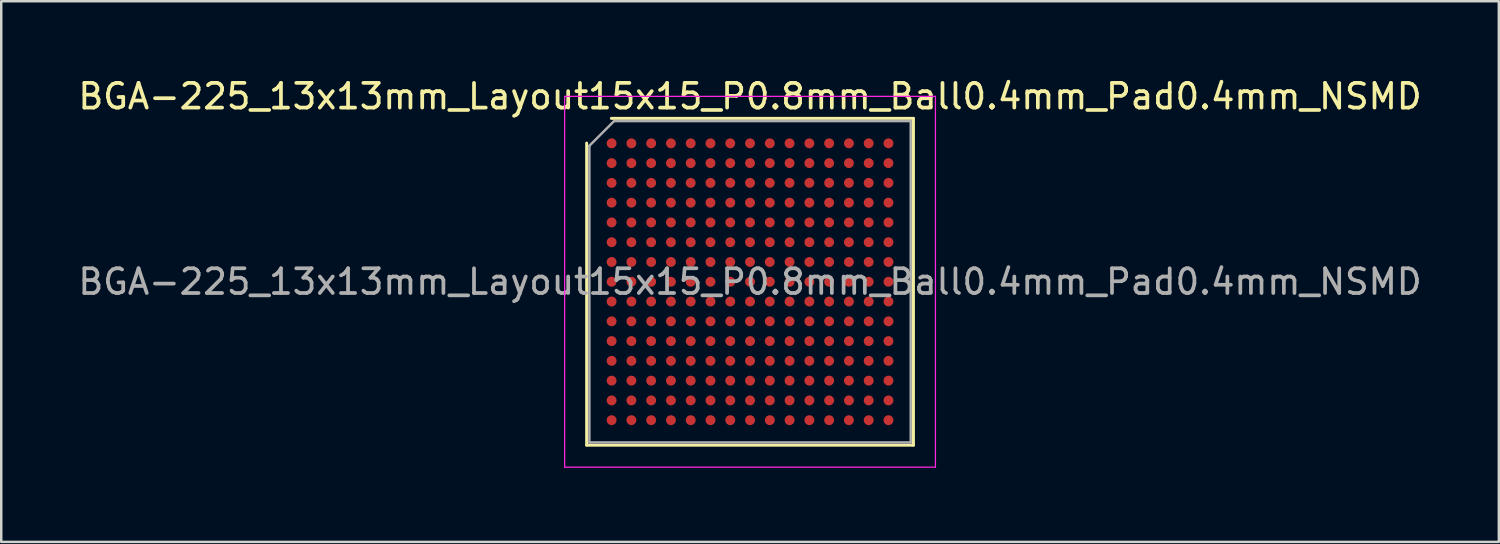
<source format=kicad_pcb>
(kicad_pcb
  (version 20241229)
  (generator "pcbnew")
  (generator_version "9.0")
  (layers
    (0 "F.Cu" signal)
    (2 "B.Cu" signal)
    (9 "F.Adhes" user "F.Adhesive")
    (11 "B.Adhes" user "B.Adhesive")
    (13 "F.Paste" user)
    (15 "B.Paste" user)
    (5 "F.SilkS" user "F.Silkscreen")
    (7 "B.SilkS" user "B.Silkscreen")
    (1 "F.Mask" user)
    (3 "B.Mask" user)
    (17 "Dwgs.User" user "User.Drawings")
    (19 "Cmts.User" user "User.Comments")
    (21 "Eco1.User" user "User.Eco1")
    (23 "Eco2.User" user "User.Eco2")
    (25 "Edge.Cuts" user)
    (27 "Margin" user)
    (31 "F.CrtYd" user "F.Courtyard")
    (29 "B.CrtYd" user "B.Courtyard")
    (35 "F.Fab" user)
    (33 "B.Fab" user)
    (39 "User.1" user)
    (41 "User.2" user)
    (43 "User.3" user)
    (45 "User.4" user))
  (footprint "BGA-225_13x13mm_Layout15x15_P0.8mm_Ball0.4mm_Pad0.4mm_NSMD"
    (layer "F.Cu")
    (at 27.292 8.348)
    (property "Reference" "BGA-225_13x13mm_Layout15x15_P0.8mm_Ball0.4mm_Pad0.4mm_NSMD" (at 0 -7.5 0) (layer "F.SilkS") (effects (font (size 1 1) (thickness 0.15))))
    (attr smd)
    (fp_line (start -6.61 6.61) (end -6.61 -5.61) (stroke (width 0.12) (type solid)) (layer "F.SilkS"))
    (fp_line (start -5.61 -6.61) (end 6.61 -6.61) (stroke (width 0.12) (type solid)) (layer "F.SilkS"))
    (fp_line (start 6.61 -6.61) (end 6.61 6.61) (stroke (width 0.12) (type solid)) (layer "F.SilkS"))
    (fp_line (start 6.61 6.61) (end -6.61 6.61) (stroke (width 0.12) (type solid)) (layer "F.SilkS"))
    (fp_line (start -7.5 -7.5) (end -7.5 7.5) (stroke (width 0.05) (type solid)) (layer "F.CrtYd"))
    (fp_line (start -7.5 7.5) (end 7.5 7.5) (stroke (width 0.05) (type solid)) (layer "F.CrtYd"))
    (fp_line (start 7.5 -7.5) (end -7.5 -7.5) (stroke (width 0.05) (type solid)) (layer "F.CrtYd"))
    (fp_line (start 7.5 7.5) (end 7.5 -7.5) (stroke (width 0.05) (type solid)) (layer "F.CrtYd"))
    (fp_line (start -6.5 -5.5) (end -5.5 -6.5) (stroke (width 0.1) (type solid)) (layer "F.Fab"))
    (fp_line (start -6.5 6.5) (end -6.5 -5.5) (stroke (width 0.1) (type solid)) (layer "F.Fab"))
    (fp_line (start -5.5 -6.5) (end 6.5 -6.5) (stroke (width 0.1) (type solid)) (layer "F.Fab"))
    (fp_line (start 6.5 -6.5) (end 6.5 6.5) (stroke (width 0.1) (type solid)) (layer "F.Fab"))
    (fp_line (start 6.5 6.5) (end -6.5 6.5) (stroke (width 0.1) (type solid)) (layer "F.Fab"))
    (fp_text user "${REFERENCE}" (at 0 0 0) (layer "F.Fab") (effects (font (size 1 1) (thickness 0.15))))
    (pad "A1" smd circle (at -5.6 -5.6) (size 0.4 0.4) (layers "F.Cu" "F.Mask" "F.Paste"))
    (pad "A2" smd circle (at -4.8 -5.6) (size 0.4 0.4) (layers "F.Cu" "F.Mask" "F.Paste"))
    (pad "A3" smd circle (at -4 -5.6) (size 0.4 0.4) (layers "F.Cu" "F.Mask" "F.Paste"))
    (pad "A4" smd circle (at -3.2 -5.6) (size 0.4 0.4) (layers "F.Cu" "F.Mask" "F.Paste"))
    (pad "A5" smd circle (at -2.4 -5.6) (size 0.4 0.4) (layers "F.Cu" "F.Mask" "F.Paste"))
    (pad "A6" smd circle (at -1.6 -5.6) (size 0.4 0.4) (layers "F.Cu" "F.Mask" "F.Paste"))
    (pad "A7" smd circle (at -0.8 -5.6) (size 0.4 0.4) (layers "F.Cu" "F.Mask" "F.Paste"))
    (pad "A8" smd circle (at 0 -5.6) (size 0.4 0.4) (layers "F.Cu" "F.Mask" "F.Paste"))
    (pad "A9" smd circle (at 0.8 -5.6) (size 0.4 0.4) (layers "F.Cu" "F.Mask" "F.Paste"))
    (pad "A10" smd circle (at 1.6 -5.6) (size 0.4 0.4) (layers "F.Cu" "F.Mask" "F.Paste"))
    (pad "A11" smd circle (at 2.4 -5.6) (size 0.4 0.4) (layers "F.Cu" "F.Mask" "F.Paste"))
    (pad "A12" smd circle (at 3.2 -5.6) (size 0.4 0.4) (layers "F.Cu" "F.Mask" "F.Paste"))
    (pad "A13" smd circle (at 4 -5.6) (size 0.4 0.4) (layers "F.Cu" "F.Mask" "F.Paste"))
    (pad "A14" smd circle (at 4.8 -5.6) (size 0.4 0.4) (layers "F.Cu" "F.Mask" "F.Paste"))
    (pad "A15" smd circle (at 5.6 -5.6) (size 0.4 0.4) (layers "F.Cu" "F.Mask" "F.Paste"))
    (pad "B1" smd circle (at -5.6 -4.8) (size 0.4 0.4) (layers "F.Cu" "F.Mask" "F.Paste"))
    (pad "B2" smd circle (at -4.8 -4.8) (size 0.4 0.4) (layers "F.Cu" "F.Mask" "F.Paste"))
    (pad "B3" smd circle (at -4 -4.8) (size 0.4 0.4) (layers "F.Cu" "F.Mask" "F.Paste"))
    (pad "B4" smd circle (at -3.2 -4.8) (size 0.4 0.4) (layers "F.Cu" "F.Mask" "F.Paste"))
    (pad "B5" smd circle (at -2.4 -4.8) (size 0.4 0.4) (layers "F.Cu" "F.Mask" "F.Paste"))
    (pad "B6" smd circle (at -1.6 -4.8) (size 0.4 0.4) (layers "F.Cu" "F.Mask" "F.Paste"))
    (pad "B7" smd circle (at -0.8 -4.8) (size 0.4 0.4) (layers "F.Cu" "F.Mask" "F.Paste"))
    (pad "B8" smd circle (at 0 -4.8) (size 0.4 0.4) (layers "F.Cu" "F.Mask" "F.Paste"))
    (pad "B9" smd circle (at 0.8 -4.8) (size 0.4 0.4) (layers "F.Cu" "F.Mask" "F.Paste"))
    (pad "B10" smd circle (at 1.6 -4.8) (size 0.4 0.4) (layers "F.Cu" "F.Mask" "F.Paste"))
    (pad "B11" smd circle (at 2.4 -4.8) (size 0.4 0.4) (layers "F.Cu" "F.Mask" "F.Paste"))
    (pad "B12" smd circle (at 3.2 -4.8) (size 0.4 0.4) (layers "F.Cu" "F.Mask" "F.Paste"))
    (pad "B13" smd circle (at 4 -4.8) (size 0.4 0.4) (layers "F.Cu" "F.Mask" "F.Paste"))
    (pad "B14" smd circle (at 4.8 -4.8) (size 0.4 0.4) (layers "F.Cu" "F.Mask" "F.Paste"))
    (pad "B15" smd circle (at 5.6 -4.8) (size 0.4 0.4) (layers "F.Cu" "F.Mask" "F.Paste"))
    (pad "C1" smd circle (at -5.6 -4) (size 0.4 0.4) (layers "F.Cu" "F.Mask" "F.Paste"))
    (pad "C2" smd circle (at -4.8 -4) (size 0.4 0.4) (layers "F.Cu" "F.Mask" "F.Paste"))
    (pad "C3" smd circle (at -4 -4) (size 0.4 0.4) (layers "F.Cu" "F.Mask" "F.Paste"))
    (pad "C4" smd circle (at -3.2 -4) (size 0.4 0.4) (layers "F.Cu" "F.Mask" "F.Paste"))
    (pad "C5" smd circle (at -2.4 -4) (size 0.4 0.4) (layers "F.Cu" "F.Mask" "F.Paste"))
    (pad "C6" smd circle (at -1.6 -4) (size 0.4 0.4) (layers "F.Cu" "F.Mask" "F.Paste"))
    (pad "C7" smd circle (at -0.8 -4) (size 0.4 0.4) (layers "F.Cu" "F.Mask" "F.Paste"))
    (pad "C8" smd circle (at 0 -4) (size 0.4 0.4) (layers "F.Cu" "F.Mask" "F.Paste"))
    (pad "C9" smd circle (at 0.8 -4) (size 0.4 0.4) (layers "F.Cu" "F.Mask" "F.Paste"))
    (pad "C10" smd circle (at 1.6 -4) (size 0.4 0.4) (layers "F.Cu" "F.Mask" "F.Paste"))
    (pad "C11" smd circle (at 2.4 -4) (size 0.4 0.4) (layers "F.Cu" "F.Mask" "F.Paste"))
    (pad "C12" smd circle (at 3.2 -4) (size 0.4 0.4) (layers "F.Cu" "F.Mask" "F.Paste"))
    (pad "C13" smd circle (at 4 -4) (size 0.4 0.4) (layers "F.Cu" "F.Mask" "F.Paste"))
    (pad "C14" smd circle (at 4.8 -4) (size 0.4 0.4) (layers "F.Cu" "F.Mask" "F.Paste"))
    (pad "C15" smd circle (at 5.6 -4) (size 0.4 0.4) (layers "F.Cu" "F.Mask" "F.Paste"))
    (pad "D1" smd circle (at -5.6 -3.2) (size 0.4 0.4) (layers "F.Cu" "F.Mask" "F.Paste"))
    (pad "D2" smd circle (at -4.8 -3.2) (size 0.4 0.4) (layers "F.Cu" "F.Mask" "F.Paste"))
    (pad "D3" smd circle (at -4 -3.2) (size 0.4 0.4) (layers "F.Cu" "F.Mask" "F.Paste"))
    (pad "D4" smd circle (at -3.2 -3.2) (size 0.4 0.4) (layers "F.Cu" "F.Mask" "F.Paste"))
    (pad "D5" smd circle (at -2.4 -3.2) (size 0.4 0.4) (layers "F.Cu" "F.Mask" "F.Paste"))
    (pad "D6" smd circle (at -1.6 -3.2) (size 0.4 0.4) (layers "F.Cu" "F.Mask" "F.Paste"))
    (pad "D7" smd circle (at -0.8 -3.2) (size 0.4 0.4) (layers "F.Cu" "F.Mask" "F.Paste"))
    (pad "D8" smd circle (at 0 -3.2) (size 0.4 0.4) (layers "F.Cu" "F.Mask" "F.Paste"))
    (pad "D9" smd circle (at 0.8 -3.2) (size 0.4 0.4) (layers "F.Cu" "F.Mask" "F.Paste"))
    (pad "D10" smd circle (at 1.6 -3.2) (size 0.4 0.4) (layers "F.Cu" "F.Mask" "F.Paste"))
    (pad "D11" smd circle (at 2.4 -3.2) (size 0.4 0.4) (layers "F.Cu" "F.Mask" "F.Paste"))
    (pad "D12" smd circle (at 3.2 -3.2) (size 0.4 0.4) (layers "F.Cu" "F.Mask" "F.Paste"))
    (pad "D13" smd circle (at 4 -3.2) (size 0.4 0.4) (layers "F.Cu" "F.Mask" "F.Paste"))
    (pad "D14" smd circle (at 4.8 -3.2) (size 0.4 0.4) (layers "F.Cu" "F.Mask" "F.Paste"))
    (pad "D15" smd circle (at 5.6 -3.2) (size 0.4 0.4) (layers "F.Cu" "F.Mask" "F.Paste"))
    (pad "E1" smd circle (at -5.6 -2.4) (size 0.4 0.4) (layers "F.Cu" "F.Mask" "F.Paste"))
    (pad "E2" smd circle (at -4.8 -2.4) (size 0.4 0.4) (layers "F.Cu" "F.Mask" "F.Paste"))
    (pad "E3" smd circle (at -4 -2.4) (size 0.4 0.4) (layers "F.Cu" "F.Mask" "F.Paste"))
    (pad "E4" smd circle (at -3.2 -2.4) (size 0.4 0.4) (layers "F.Cu" "F.Mask" "F.Paste"))
    (pad "E5" smd circle (at -2.4 -2.4) (size 0.4 0.4) (layers "F.Cu" "F.Mask" "F.Paste"))
    (pad "E6" smd circle (at -1.6 -2.4) (size 0.4 0.4) (layers "F.Cu" "F.Mask" "F.Paste"))
    (pad "E7" smd circle (at -0.8 -2.4) (size 0.4 0.4) (layers "F.Cu" "F.Mask" "F.Paste"))
    (pad "E8" smd circle (at 0 -2.4) (size 0.4 0.4) (layers "F.Cu" "F.Mask" "F.Paste"))
    (pad "E9" smd circle (at 0.8 -2.4) (size 0.4 0.4) (layers "F.Cu" "F.Mask" "F.Paste"))
    (pad "E10" smd circle (at 1.6 -2.4) (size 0.4 0.4) (layers "F.Cu" "F.Mask" "F.Paste"))
    (pad "E11" smd circle (at 2.4 -2.4) (size 0.4 0.4) (layers "F.Cu" "F.Mask" "F.Paste"))
    (pad "E12" smd circle (at 3.2 -2.4) (size 0.4 0.4) (layers "F.Cu" "F.Mask" "F.Paste"))
    (pad "E13" smd circle (at 4 -2.4) (size 0.4 0.4) (layers "F.Cu" "F.Mask" "F.Paste"))
    (pad "E14" smd circle (at 4.8 -2.4) (size 0.4 0.4) (layers "F.Cu" "F.Mask" "F.Paste"))
    (pad "E15" smd circle (at 5.6 -2.4) (size 0.4 0.4) (layers "F.Cu" "F.Mask" "F.Paste"))
    (pad "F1" smd circle (at -5.6 -1.6) (size 0.4 0.4) (layers "F.Cu" "F.Mask" "F.Paste"))
    (pad "F2" smd circle (at -4.8 -1.6) (size 0.4 0.4) (layers "F.Cu" "F.Mask" "F.Paste"))
    (pad "F3" smd circle (at -4 -1.6) (size 0.4 0.4) (layers "F.Cu" "F.Mask" "F.Paste"))
    (pad "F4" smd circle (at -3.2 -1.6) (size 0.4 0.4) (layers "F.Cu" "F.Mask" "F.Paste"))
    (pad "F5" smd circle (at -2.4 -1.6) (size 0.4 0.4) (layers "F.Cu" "F.Mask" "F.Paste"))
    (pad "F6" smd circle (at -1.6 -1.6) (size 0.4 0.4) (layers "F.Cu" "F.Mask" "F.Paste"))
    (pad "F7" smd circle (at -0.8 -1.6) (size 0.4 0.4) (layers "F.Cu" "F.Mask" "F.Paste"))
    (pad "F8" smd circle (at 0 -1.6) (size 0.4 0.4) (layers "F.Cu" "F.Mask" "F.Paste"))
    (pad "F9" smd circle (at 0.8 -1.6) (size 0.4 0.4) (layers "F.Cu" "F.Mask" "F.Paste"))
    (pad "F10" smd circle (at 1.6 -1.6) (size 0.4 0.4) (layers "F.Cu" "F.Mask" "F.Paste"))
    (pad "F11" smd circle (at 2.4 -1.6) (size 0.4 0.4) (layers "F.Cu" "F.Mask" "F.Paste"))
    (pad "F12" smd circle (at 3.2 -1.6) (size 0.4 0.4) (layers "F.Cu" "F.Mask" "F.Paste"))
    (pad "F13" smd circle (at 4 -1.6) (size 0.4 0.4) (layers "F.Cu" "F.Mask" "F.Paste"))
    (pad "F14" smd circle (at 4.8 -1.6) (size 0.4 0.4) (layers "F.Cu" "F.Mask" "F.Paste"))
    (pad "F15" smd circle (at 5.6 -1.6) (size 0.4 0.4) (layers "F.Cu" "F.Mask" "F.Paste"))
    (pad "G1" smd circle (at -5.6 -0.8) (size 0.4 0.4) (layers "F.Cu" "F.Mask" "F.Paste"))
    (pad "G2" smd circle (at -4.8 -0.8) (size 0.4 0.4) (layers "F.Cu" "F.Mask" "F.Paste"))
    (pad "G3" smd circle (at -4 -0.8) (size 0.4 0.4) (layers "F.Cu" "F.Mask" "F.Paste"))
    (pad "G4" smd circle (at -3.2 -0.8) (size 0.4 0.4) (layers "F.Cu" "F.Mask" "F.Paste"))
    (pad "G5" smd circle (at -2.4 -0.8) (size 0.4 0.4) (layers "F.Cu" "F.Mask" "F.Paste"))
    (pad "G6" smd circle (at -1.6 -0.8) (size 0.4 0.4) (layers "F.Cu" "F.Mask" "F.Paste"))
    (pad "G7" smd circle (at -0.8 -0.8) (size 0.4 0.4) (layers "F.Cu" "F.Mask" "F.Paste"))
    (pad "G8" smd circle (at 0 -0.8) (size 0.4 0.4) (layers "F.Cu" "F.Mask" "F.Paste"))
    (pad "G9" smd circle (at 0.8 -0.8) (size 0.4 0.4) (layers "F.Cu" "F.Mask" "F.Paste"))
    (pad "G10" smd circle (at 1.6 -0.8) (size 0.4 0.4) (layers "F.Cu" "F.Mask" "F.Paste"))
    (pad "G11" smd circle (at 2.4 -0.8) (size 0.4 0.4) (layers "F.Cu" "F.Mask" "F.Paste"))
    (pad "G12" smd circle (at 3.2 -0.8) (size 0.4 0.4) (layers "F.Cu" "F.Mask" "F.Paste"))
    (pad "G13" smd circle (at 4 -0.8) (size 0.4 0.4) (layers "F.Cu" "F.Mask" "F.Paste"))
    (pad "G14" smd circle (at 4.8 -0.8) (size 0.4 0.4) (layers "F.Cu" "F.Mask" "F.Paste"))
    (pad "G15" smd circle (at 5.6 -0.8) (size 0.4 0.4) (layers "F.Cu" "F.Mask" "F.Paste"))
    (pad "H1" smd circle (at -5.6 0) (size 0.4 0.4) (layers "F.Cu" "F.Mask" "F.Paste"))
    (pad "H2" smd circle (at -4.8 0) (size 0.4 0.4) (layers "F.Cu" "F.Mask" "F.Paste"))
    (pad "H3" smd circle (at -4 0) (size 0.4 0.4) (layers "F.Cu" "F.Mask" "F.Paste"))
    (pad "H4" smd circle (at -3.2 0) (size 0.4 0.4) (layers "F.Cu" "F.Mask" "F.Paste"))
    (pad "H5" smd circle (at -2.4 0) (size 0.4 0.4) (layers "F.Cu" "F.Mask" "F.Paste"))
    (pad "H6" smd circle (at -1.6 0) (size 0.4 0.4) (layers "F.Cu" "F.Mask" "F.Paste"))
    (pad "H7" smd circle (at -0.8 0) (size 0.4 0.4) (layers "F.Cu" "F.Mask" "F.Paste"))
    (pad "H8" smd circle (at 0 0) (size 0.4 0.4) (layers "F.Cu" "F.Mask" "F.Paste"))
    (pad "H9" smd circle (at 0.8 0) (size 0.4 0.4) (layers "F.Cu" "F.Mask" "F.Paste"))
    (pad "H10" smd circle (at 1.6 0) (size 0.4 0.4) (layers "F.Cu" "F.Mask" "F.Paste"))
    (pad "H11" smd circle (at 2.4 0) (size 0.4 0.4) (layers "F.Cu" "F.Mask" "F.Paste"))
    (pad "H12" smd circle (at 3.2 0) (size 0.4 0.4) (layers "F.Cu" "F.Mask" "F.Paste"))
    (pad "H13" smd circle (at 4 0) (size 0.4 0.4) (layers "F.Cu" "F.Mask" "F.Paste"))
    (pad "H14" smd circle (at 4.8 0) (size 0.4 0.4) (layers "F.Cu" "F.Mask" "F.Paste"))
    (pad "H15" smd circle (at 5.6 0) (size 0.4 0.4) (layers "F.Cu" "F.Mask" "F.Paste"))
    (pad "J1" smd circle (at -5.6 0.8) (size 0.4 0.4) (layers "F.Cu" "F.Mask" "F.Paste"))
    (pad "J2" smd circle (at -4.8 0.8) (size 0.4 0.4) (layers "F.Cu" "F.Mask" "F.Paste"))
    (pad "J3" smd circle (at -4 0.8) (size 0.4 0.4) (layers "F.Cu" "F.Mask" "F.Paste"))
    (pad "J4" smd circle (at -3.2 0.8) (size 0.4 0.4) (layers "F.Cu" "F.Mask" "F.Paste"))
    (pad "J5" smd circle (at -2.4 0.8) (size 0.4 0.4) (layers "F.Cu" "F.Mask" "F.Paste"))
    (pad "J6" smd circle (at -1.6 0.8) (size 0.4 0.4) (layers "F.Cu" "F.Mask" "F.Paste"))
    (pad "J7" smd circle (at -0.8 0.8) (size 0.4 0.4) (layers "F.Cu" "F.Mask" "F.Paste"))
    (pad "J8" smd circle (at 0 0.8) (size 0.4 0.4) (layers "F.Cu" "F.Mask" "F.Paste"))
    (pad "J9" smd circle (at 0.8 0.8) (size 0.4 0.4) (layers "F.Cu" "F.Mask" "F.Paste"))
    (pad "J10" smd circle (at 1.6 0.8) (size 0.4 0.4) (layers "F.Cu" "F.Mask" "F.Paste"))
    (pad "J11" smd circle (at 2.4 0.8) (size 0.4 0.4) (layers "F.Cu" "F.Mask" "F.Paste"))
    (pad "J12" smd circle (at 3.2 0.8) (size 0.4 0.4) (layers "F.Cu" "F.Mask" "F.Paste"))
    (pad "J13" smd circle (at 4 0.8) (size 0.4 0.4) (layers "F.Cu" "F.Mask" "F.Paste"))
    (pad "J14" smd circle (at 4.8 0.8) (size 0.4 0.4) (layers "F.Cu" "F.Mask" "F.Paste"))
    (pad "J15" smd circle (at 5.6 0.8) (size 0.4 0.4) (layers "F.Cu" "F.Mask" "F.Paste"))
    (pad "K1" smd circle (at -5.6 1.6) (size 0.4 0.4) (layers "F.Cu" "F.Mask" "F.Paste"))
    (pad "K2" smd circle (at -4.8 1.6) (size 0.4 0.4) (layers "F.Cu" "F.Mask" "F.Paste"))
    (pad "K3" smd circle (at -4 1.6) (size 0.4 0.4) (layers "F.Cu" "F.Mask" "F.Paste"))
    (pad "K4" smd circle (at -3.2 1.6) (size 0.4 0.4) (layers "F.Cu" "F.Mask" "F.Paste"))
    (pad "K5" smd circle (at -2.4 1.6) (size 0.4 0.4) (layers "F.Cu" "F.Mask" "F.Paste"))
    (pad "K6" smd circle (at -1.6 1.6) (size 0.4 0.4) (layers "F.Cu" "F.Mask" "F.Paste"))
    (pad "K7" smd circle (at -0.8 1.6) (size 0.4 0.4) (layers "F.Cu" "F.Mask" "F.Paste"))
    (pad "K8" smd circle (at 0 1.6) (size 0.4 0.4) (layers "F.Cu" "F.Mask" "F.Paste"))
    (pad "K9" smd circle (at 0.8 1.6) (size 0.4 0.4) (layers "F.Cu" "F.Mask" "F.Paste"))
    (pad "K10" smd circle (at 1.6 1.6) (size 0.4 0.4) (layers "F.Cu" "F.Mask" "F.Paste"))
    (pad "K11" smd circle (at 2.4 1.6) (size 0.4 0.4) (layers "F.Cu" "F.Mask" "F.Paste"))
    (pad "K12" smd circle (at 3.2 1.6) (size 0.4 0.4) (layers "F.Cu" "F.Mask" "F.Paste"))
    (pad "K13" smd circle (at 4 1.6) (size 0.4 0.4) (layers "F.Cu" "F.Mask" "F.Paste"))
    (pad "K14" smd circle (at 4.8 1.6) (size 0.4 0.4) (layers "F.Cu" "F.Mask" "F.Paste"))
    (pad "K15" smd circle (at 5.6 1.6) (size 0.4 0.4) (layers "F.Cu" "F.Mask" "F.Paste"))
    (pad "L1" smd circle (at -5.6 2.4) (size 0.4 0.4) (layers "F.Cu" "F.Mask" "F.Paste"))
    (pad "L2" smd circle (at -4.8 2.4) (size 0.4 0.4) (layers "F.Cu" "F.Mask" "F.Paste"))
    (pad "L3" smd circle (at -4 2.4) (size 0.4 0.4) (layers "F.Cu" "F.Mask" "F.Paste"))
    (pad "L4" smd circle (at -3.2 2.4) (size 0.4 0.4) (layers "F.Cu" "F.Mask" "F.Paste"))
    (pad "L5" smd circle (at -2.4 2.4) (size 0.4 0.4) (layers "F.Cu" "F.Mask" "F.Paste"))
    (pad "L6" smd circle (at -1.6 2.4) (size 0.4 0.4) (layers "F.Cu" "F.Mask" "F.Paste"))
    (pad "L7" smd circle (at -0.8 2.4) (size 0.4 0.4) (layers "F.Cu" "F.Mask" "F.Paste"))
    (pad "L8" smd circle (at 0 2.4) (size 0.4 0.4) (layers "F.Cu" "F.Mask" "F.Paste"))
    (pad "L9" smd circle (at 0.8 2.4) (size 0.4 0.4) (layers "F.Cu" "F.Mask" "F.Paste"))
    (pad "L10" smd circle (at 1.6 2.4) (size 0.4 0.4) (layers "F.Cu" "F.Mask" "F.Paste"))
    (pad "L11" smd circle (at 2.4 2.4) (size 0.4 0.4) (layers "F.Cu" "F.Mask" "F.Paste"))
    (pad "L12" smd circle (at 3.2 2.4) (size 0.4 0.4) (layers "F.Cu" "F.Mask" "F.Paste"))
    (pad "L13" smd circle (at 4 2.4) (size 0.4 0.4) (layers "F.Cu" "F.Mask" "F.Paste"))
    (pad "L14" smd circle (at 4.8 2.4) (size 0.4 0.4) (layers "F.Cu" "F.Mask" "F.Paste"))
    (pad "L15" smd circle (at 5.6 2.4) (size 0.4 0.4) (layers "F.Cu" "F.Mask" "F.Paste"))
    (pad "M1" smd circle (at -5.6 3.2) (size 0.4 0.4) (layers "F.Cu" "F.Mask" "F.Paste"))
    (pad "M2" smd circle (at -4.8 3.2) (size 0.4 0.4) (layers "F.Cu" "F.Mask" "F.Paste"))
    (pad "M3" smd circle (at -4 3.2) (size 0.4 0.4) (layers "F.Cu" "F.Mask" "F.Paste"))
    (pad "M4" smd circle (at -3.2 3.2) (size 0.4 0.4) (layers "F.Cu" "F.Mask" "F.Paste"))
    (pad "M5" smd circle (at -2.4 3.2) (size 0.4 0.4) (layers "F.Cu" "F.Mask" "F.Paste"))
    (pad "M6" smd circle (at -1.6 3.2) (size 0.4 0.4) (layers "F.Cu" "F.Mask" "F.Paste"))
    (pad "M7" smd circle (at -0.8 3.2) (size 0.4 0.4) (layers "F.Cu" "F.Mask" "F.Paste"))
    (pad "M8" smd circle (at 0 3.2) (size 0.4 0.4) (layers "F.Cu" "F.Mask" "F.Paste"))
    (pad "M9" smd circle (at 0.8 3.2) (size 0.4 0.4) (layers "F.Cu" "F.Mask" "F.Paste"))
    (pad "M10" smd circle (at 1.6 3.2) (size 0.4 0.4) (layers "F.Cu" "F.Mask" "F.Paste"))
    (pad "M11" smd circle (at 2.4 3.2) (size 0.4 0.4) (layers "F.Cu" "F.Mask" "F.Paste"))
    (pad "M12" smd circle (at 3.2 3.2) (size 0.4 0.4) (layers "F.Cu" "F.Mask" "F.Paste"))
    (pad "M13" smd circle (at 4 3.2) (size 0.4 0.4) (layers "F.Cu" "F.Mask" "F.Paste"))
    (pad "M14" smd circle (at 4.8 3.2) (size 0.4 0.4) (layers "F.Cu" "F.Mask" "F.Paste"))
    (pad "M15" smd circle (at 5.6 3.2) (size 0.4 0.4) (layers "F.Cu" "F.Mask" "F.Paste"))
    (pad "N1" smd circle (at -5.6 4) (size 0.4 0.4) (layers "F.Cu" "F.Mask" "F.Paste"))
    (pad "N2" smd circle (at -4.8 4) (size 0.4 0.4) (layers "F.Cu" "F.Mask" "F.Paste"))
    (pad "N3" smd circle (at -4 4) (size 0.4 0.4) (layers "F.Cu" "F.Mask" "F.Paste"))
    (pad "N4" smd circle (at -3.2 4) (size 0.4 0.4) (layers "F.Cu" "F.Mask" "F.Paste"))
    (pad "N5" smd circle (at -2.4 4) (size 0.4 0.4) (layers "F.Cu" "F.Mask" "F.Paste"))
    (pad "N6" smd circle (at -1.6 4) (size 0.4 0.4) (layers "F.Cu" "F.Mask" "F.Paste"))
    (pad "N7" smd circle (at -0.8 4) (size 0.4 0.4) (layers "F.Cu" "F.Mask" "F.Paste"))
    (pad "N8" smd circle (at 0 4) (size 0.4 0.4) (layers "F.Cu" "F.Mask" "F.Paste"))
    (pad "N9" smd circle (at 0.8 4) (size 0.4 0.4) (layers "F.Cu" "F.Mask" "F.Paste"))
    (pad "N10" smd circle (at 1.6 4) (size 0.4 0.4) (layers "F.Cu" "F.Mask" "F.Paste"))
    (pad "N11" smd circle (at 2.4 4) (size 0.4 0.4) (layers "F.Cu" "F.Mask" "F.Paste"))
    (pad "N12" smd circle (at 3.2 4) (size 0.4 0.4) (layers "F.Cu" "F.Mask" "F.Paste"))
    (pad "N13" smd circle (at 4 4) (size 0.4 0.4) (layers "F.Cu" "F.Mask" "F.Paste"))
    (pad "N14" smd circle (at 4.8 4) (size 0.4 0.4) (layers "F.Cu" "F.Mask" "F.Paste"))
    (pad "N15" smd circle (at 5.6 4) (size 0.4 0.4) (layers "F.Cu" "F.Mask" "F.Paste"))
    (pad "P1" smd circle (at -5.6 4.8) (size 0.4 0.4) (layers "F.Cu" "F.Mask" "F.Paste"))
    (pad "P2" smd circle (at -4.8 4.8) (size 0.4 0.4) (layers "F.Cu" "F.Mask" "F.Paste"))
    (pad "P3" smd circle (at -4 4.8) (size 0.4 0.4) (layers "F.Cu" "F.Mask" "F.Paste"))
    (pad "P4" smd circle (at -3.2 4.8) (size 0.4 0.4) (layers "F.Cu" "F.Mask" "F.Paste"))
    (pad "P5" smd circle (at -2.4 4.8) (size 0.4 0.4) (layers "F.Cu" "F.Mask" "F.Paste"))
    (pad "P6" smd circle (at -1.6 4.8) (size 0.4 0.4) (layers "F.Cu" "F.Mask" "F.Paste"))
    (pad "P7" smd circle (at -0.8 4.8) (size 0.4 0.4) (layers "F.Cu" "F.Mask" "F.Paste"))
    (pad "P8" smd circle (at 0 4.8) (size 0.4 0.4) (layers "F.Cu" "F.Mask" "F.Paste"))
    (pad "P9" smd circle (at 0.8 4.8) (size 0.4 0.4) (layers "F.Cu" "F.Mask" "F.Paste"))
    (pad "P10" smd circle (at 1.6 4.8) (size 0.4 0.4) (layers "F.Cu" "F.Mask" "F.Paste"))
    (pad "P11" smd circle (at 2.4 4.8) (size 0.4 0.4) (layers "F.Cu" "F.Mask" "F.Paste"))
    (pad "P12" smd circle (at 3.2 4.8) (size 0.4 0.4) (layers "F.Cu" "F.Mask" "F.Paste"))
    (pad "P13" smd circle (at 4 4.8) (size 0.4 0.4) (layers "F.Cu" "F.Mask" "F.Paste"))
    (pad "P14" smd circle (at 4.8 4.8) (size 0.4 0.4) (layers "F.Cu" "F.Mask" "F.Paste"))
    (pad "P15" smd circle (at 5.6 4.8) (size 0.4 0.4) (layers "F.Cu" "F.Mask" "F.Paste"))
    (pad "R1" smd circle (at -5.6 5.6) (size 0.4 0.4) (layers "F.Cu" "F.Mask" "F.Paste"))
    (pad "R2" smd circle (at -4.8 5.6) (size 0.4 0.4) (layers "F.Cu" "F.Mask" "F.Paste"))
    (pad "R3" smd circle (at -4 5.6) (size 0.4 0.4) (layers "F.Cu" "F.Mask" "F.Paste"))
    (pad "R4" smd circle (at -3.2 5.6) (size 0.4 0.4) (layers "F.Cu" "F.Mask" "F.Paste"))
    (pad "R5" smd circle (at -2.4 5.6) (size 0.4 0.4) (layers "F.Cu" "F.Mask" "F.Paste"))
    (pad "R6" smd circle (at -1.6 5.6) (size 0.4 0.4) (layers "F.Cu" "F.Mask" "F.Paste"))
    (pad "R7" smd circle (at -0.8 5.6) (size 0.4 0.4) (layers "F.Cu" "F.Mask" "F.Paste"))
    (pad "R8" smd circle (at 0 5.6) (size 0.4 0.4) (layers "F.Cu" "F.Mask" "F.Paste"))
    (pad "R9" smd circle (at 0.8 5.6) (size 0.4 0.4) (layers "F.Cu" "F.Mask" "F.Paste"))
    (pad "R10" smd circle (at 1.6 5.6) (size 0.4 0.4) (layers "F.Cu" "F.Mask" "F.Paste"))
    (pad "R11" smd circle (at 2.4 5.6) (size 0.4 0.4) (layers "F.Cu" "F.Mask" "F.Paste"))
    (pad "R12" smd circle (at 3.2 5.6) (size 0.4 0.4) (layers "F.Cu" "F.Mask" "F.Paste"))
    (pad "R13" smd circle (at 4 5.6) (size 0.4 0.4) (layers "F.Cu" "F.Mask" "F.Paste"))
    (pad "R14" smd circle (at 4.8 5.6) (size 0.4 0.4) (layers "F.Cu" "F.Mask" "F.Paste"))
    (pad "R15" smd circle (at 5.6 5.6) (size 0.4 0.4) (layers "F.Cu" "F.Mask" "F.Paste")))
  (gr_rect
    (start -3 -3)
    (end 57.583 18.873)
    (stroke (width 0.1) (type default))
    (fill no)
    (layer "Edge.Cuts")))
</source>
